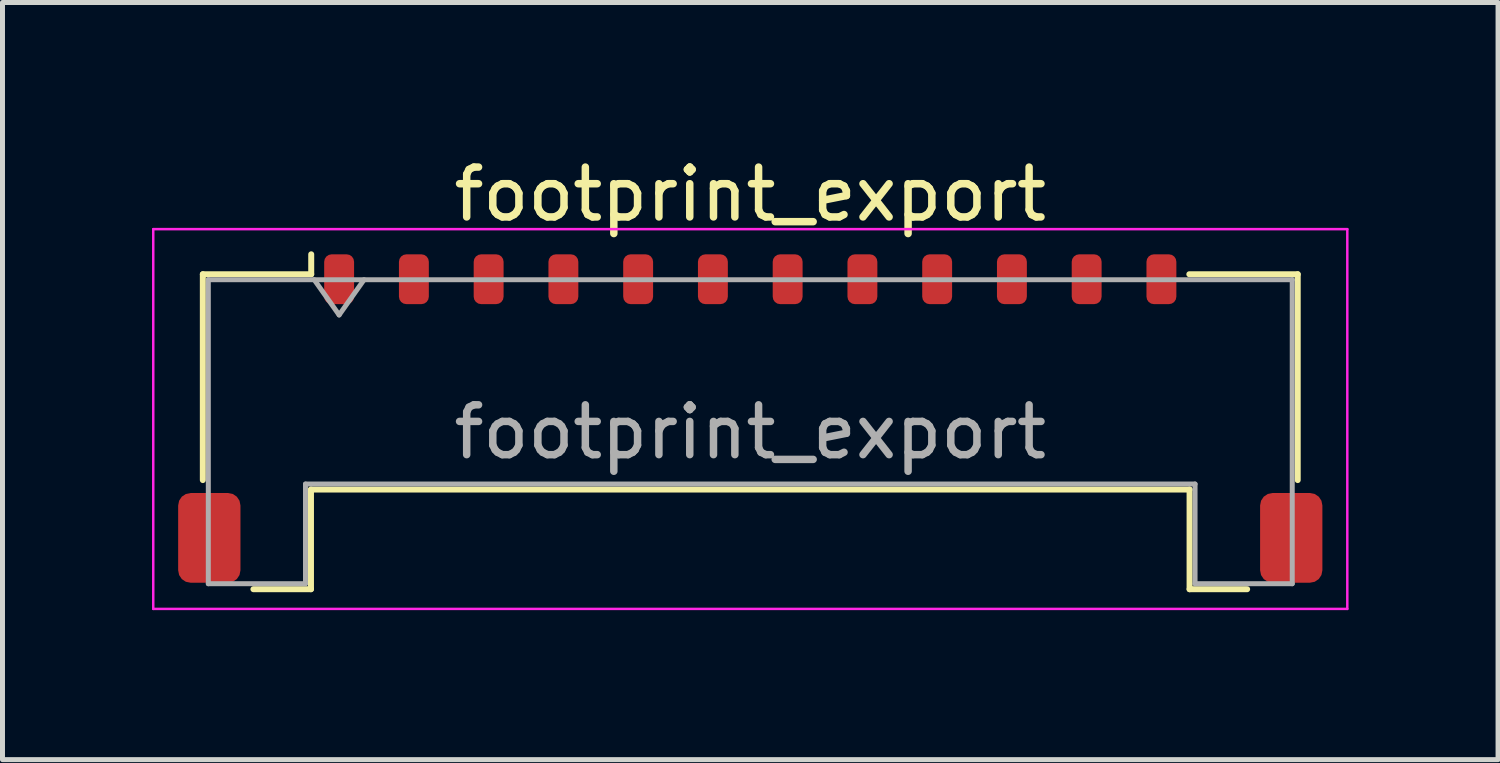
<source format=kicad_pcb>
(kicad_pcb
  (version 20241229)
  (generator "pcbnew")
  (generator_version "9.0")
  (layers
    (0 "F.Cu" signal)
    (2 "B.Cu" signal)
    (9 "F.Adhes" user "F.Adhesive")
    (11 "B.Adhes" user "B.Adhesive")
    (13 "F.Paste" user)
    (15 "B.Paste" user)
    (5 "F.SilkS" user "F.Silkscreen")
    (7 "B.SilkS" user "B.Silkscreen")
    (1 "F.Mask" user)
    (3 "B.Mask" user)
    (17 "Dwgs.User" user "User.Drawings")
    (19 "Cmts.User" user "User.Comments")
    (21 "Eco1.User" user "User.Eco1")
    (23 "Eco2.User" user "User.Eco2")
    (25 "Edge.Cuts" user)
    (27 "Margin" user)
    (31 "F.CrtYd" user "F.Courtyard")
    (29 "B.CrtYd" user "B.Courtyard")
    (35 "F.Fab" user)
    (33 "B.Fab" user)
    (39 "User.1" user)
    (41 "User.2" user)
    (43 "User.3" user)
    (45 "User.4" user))
  (footprint "footprint_export"
    (layer "F.Cu")
    (at 12.005 5.348)
    (property "Reference" "footprint_export" (at 0 -4.5 0) (layer "F.SilkS") (effects (font (size 1 1) (thickness 0.15))))
    (attr smd)
    (fp_line (start -10.985 -2.895) (end -8.81 -2.895) (stroke (width 0.12) (type solid)) (layer "F.SilkS"))
    (fp_line (start -10.985 1.235) (end -10.985 -2.895) (stroke (width 0.12) (type solid)) (layer "F.SilkS"))
    (fp_line (start -9.97 3.425) (end -8.815 3.425) (stroke (width 0.12) (type solid)) (layer "F.SilkS"))
    (fp_line (start -8.815 1.425) (end 8.815 1.425) (stroke (width 0.12) (type solid)) (layer "F.SilkS"))
    (fp_line (start -8.815 3.425) (end -8.815 1.425) (stroke (width 0.12) (type solid)) (layer "F.SilkS"))
    (fp_line (start -8.81 -2.895) (end -8.81 -3.295) (stroke (width 0.12) (type solid)) (layer "F.SilkS"))
    (fp_line (start 8.815 1.425) (end 8.815 3.425) (stroke (width 0.12) (type solid)) (layer "F.SilkS"))
    (fp_line (start 8.815 3.425) (end 9.97 3.425) (stroke (width 0.12) (type solid)) (layer "F.SilkS"))
    (fp_line (start 10.985 -2.895) (end 8.81 -2.895) (stroke (width 0.12) (type solid)) (layer "F.SilkS"))
    (fp_line (start 10.985 1.235) (end 10.985 -2.895) (stroke (width 0.12) (type solid)) (layer "F.SilkS"))
    (fp_line (start -11.98 -3.8) (end -11.98 3.82) (stroke (width 0.05) (type solid)) (layer "F.CrtYd"))
    (fp_line (start -11.98 3.82) (end 11.98 3.82) (stroke (width 0.05) (type solid)) (layer "F.CrtYd"))
    (fp_line (start 11.98 -3.8) (end -11.98 -3.8) (stroke (width 0.05) (type solid)) (layer "F.CrtYd"))
    (fp_line (start 11.98 3.82) (end 11.98 -3.8) (stroke (width 0.05) (type solid)) (layer "F.CrtYd"))
    (fp_line (start -10.875 -2.785) (end -10.875 3.315) (stroke (width 0.1) (type solid)) (layer "F.Fab"))
    (fp_line (start -10.875 -2.785) (end 10.875 -2.785) (stroke (width 0.1) (type solid)) (layer "F.Fab"))
    (fp_line (start -10.875 3.315) (end -8.925 3.315) (stroke (width 0.1) (type solid)) (layer "F.Fab"))
    (fp_line (start -8.925 1.315) (end 8.925 1.315) (stroke (width 0.1) (type solid)) (layer "F.Fab"))
    (fp_line (start -8.925 3.315) (end -8.925 1.315) (stroke (width 0.1) (type solid)) (layer "F.Fab"))
    (fp_line (start -8.75 -2.785) (end -8.25 -2.078) (stroke (width 0.1) (type solid)) (layer "F.Fab"))
    (fp_line (start -8.25 -2.078) (end -7.75 -2.785) (stroke (width 0.1) (type solid)) (layer "F.Fab"))
    (fp_line (start 8.925 1.315) (end 8.925 3.315) (stroke (width 0.1) (type solid)) (layer "F.Fab"))
    (fp_line (start 8.925 3.315) (end 10.875 3.315) (stroke (width 0.1) (type solid)) (layer "F.Fab"))
    (fp_line (start 10.875 -2.785) (end 10.875 3.315) (stroke (width 0.1) (type solid)) (layer "F.Fab"))
    (fp_text user "${REFERENCE}" (at 0 0.27 0) (layer "F.Fab") (effects (font (size 1 1) (thickness 0.15))))
    (pad "1" smd roundrect (at -8.25 -2.795) (size 0.6 1) (layers "F.Cu" "F.Mask" "F.Paste") (roundrect_rratio 0.25))
    (pad "2" smd roundrect (at -6.75 -2.795) (size 0.6 1) (layers "F.Cu" "F.Mask" "F.Paste") (roundrect_rratio 0.25))
    (pad "3" smd roundrect (at -5.25 -2.795) (size 0.6 1) (layers "F.Cu" "F.Mask" "F.Paste") (roundrect_rratio 0.25))
    (pad "4" smd roundrect (at -3.75 -2.795) (size 0.6 1) (layers "F.Cu" "F.Mask" "F.Paste") (roundrect_rratio 0.25))
    (pad "5" smd roundrect (at -2.25 -2.795) (size 0.6 1) (layers "F.Cu" "F.Mask" "F.Paste") (roundrect_rratio 0.25))
    (pad "6" smd roundrect (at -0.75 -2.795) (size 0.6 1) (layers "F.Cu" "F.Mask" "F.Paste") (roundrect_rratio 0.25))
    (pad "7" smd roundrect (at 0.75 -2.795) (size 0.6 1) (layers "F.Cu" "F.Mask" "F.Paste") (roundrect_rratio 0.25))
    (pad "8" smd roundrect (at 2.25 -2.795) (size 0.6 1) (layers "F.Cu" "F.Mask" "F.Paste") (roundrect_rratio 0.25))
    (pad "9" smd roundrect (at 3.75 -2.795) (size 0.6 1) (layers "F.Cu" "F.Mask" "F.Paste") (roundrect_rratio 0.25))
    (pad "10" smd roundrect (at 5.25 -2.795) (size 0.6 1) (layers "F.Cu" "F.Mask" "F.Paste") (roundrect_rratio 0.25))
    (pad "11" smd roundrect (at 6.75 -2.795) (size 0.6 1) (layers "F.Cu" "F.Mask" "F.Paste") (roundrect_rratio 0.25))
    (pad "12" smd roundrect (at 8.25 -2.795) (size 0.6 1) (layers "F.Cu" "F.Mask" "F.Paste") (roundrect_rratio 0.25))
    (pad "MP" smd roundrect (at -10.855 2.395) (size 1.25 1.8) (layers "F.Cu" "F.Mask" "F.Paste") (roundrect_rratio 0.2))
    (pad "MP" smd roundrect (at 10.855 2.395) (size 1.25 1.8) (layers "F.Cu" "F.Mask" "F.Paste") (roundrect_rratio 0.2)))
  (gr_rect
    (start -3 -3)
    (end 27.01 12.193)
    (stroke (width 0.1) (type default))
    (fill no)
    (layer "Edge.Cuts")))
</source>
